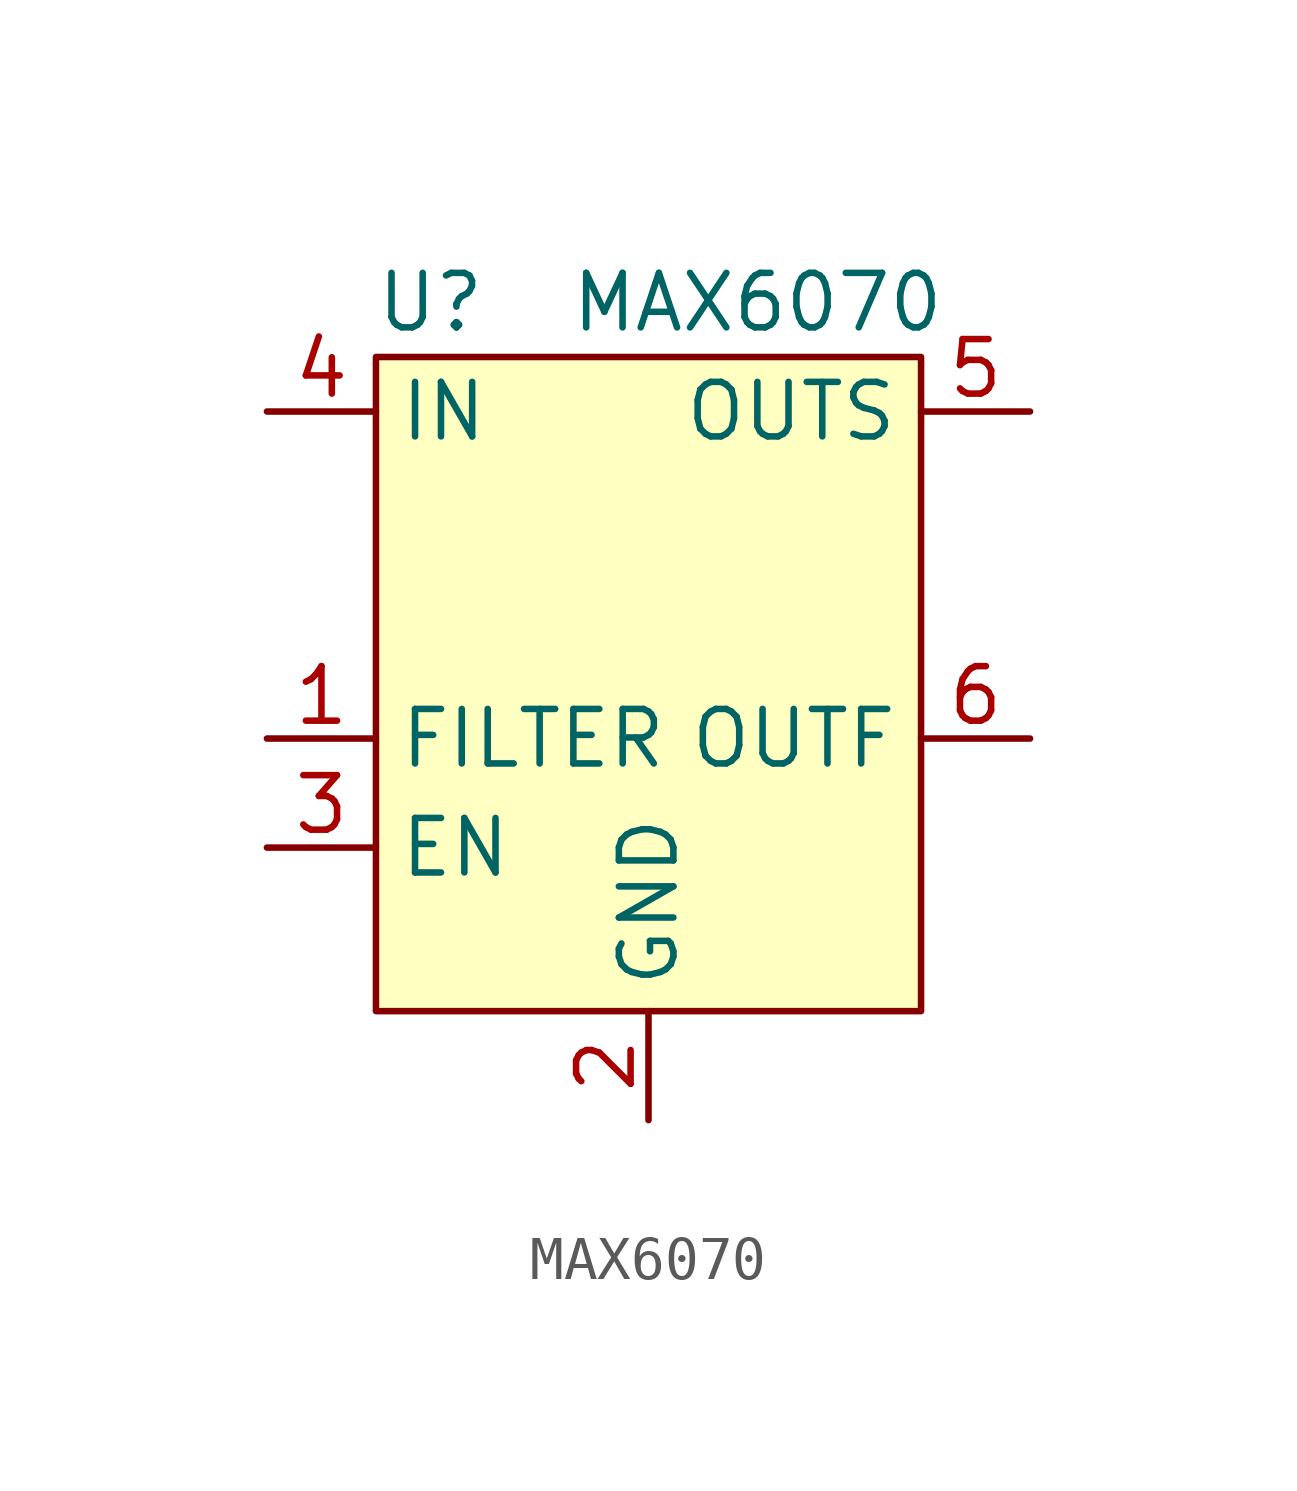
<source format=kicad_sym>
(kicad_symbol_lib
  (version 20220914)
  (generator kicad_symbol_editor)
  (symbol "MAX6070"
    (property "Reference" "U"
      (at -5.08 8.89 0)
      (effects (font (size 1.27 1.27))))
    (property "Value" "MAX6070"
      (at 2.54 8.89 0)
      (effects (font (size 1.27 1.27))))
    (symbol "MAX6070_0_0"
      (pin input line (at -8.89 -1.27 0) (length 2.54) (name "FILTER" (effects (font (size 1.27 1.27)))) (number "1" (effects (font (size 1.27 1.27)))))
      (pin power_in line (at 0 -10.16 90) (length 2.54) (name "GND" (effects (font (size 1.27 1.27)))) (number "2" (effects (font (size 1.27 1.27)))))
      (pin input line (at -8.89 -3.81 0) (length 2.54) (name "EN" (effects (font (size 1.27 1.27)))) (number "3" (effects (font (size 1.27 1.27)))))
      (pin power_in line (at -8.89 6.35 0) (length 2.54) (name "IN" (effects (font (size 1.27 1.27)))) (number "4" (effects (font (size 1.27 1.27)))))
      (pin power_out line (at 8.89 6.35 180) (length 2.54) (name "OUTS" (effects (font (size 1.27 1.27)))) (number "5" (effects (font (size 1.27 1.27)))))
      (pin power_out line (at 8.89 -1.27 180) (length 2.54) (name "OUTF" (effects (font (size 1.27 1.27)))) (number "6" (effects (font (size 1.27 1.27))))))
    (symbol "MAX6070_1_1"
      (rectangle (start -6.35 7.62) (end 6.35 -7.62) (stroke (width 0) (type default)) (fill (type background))))))
</source>
